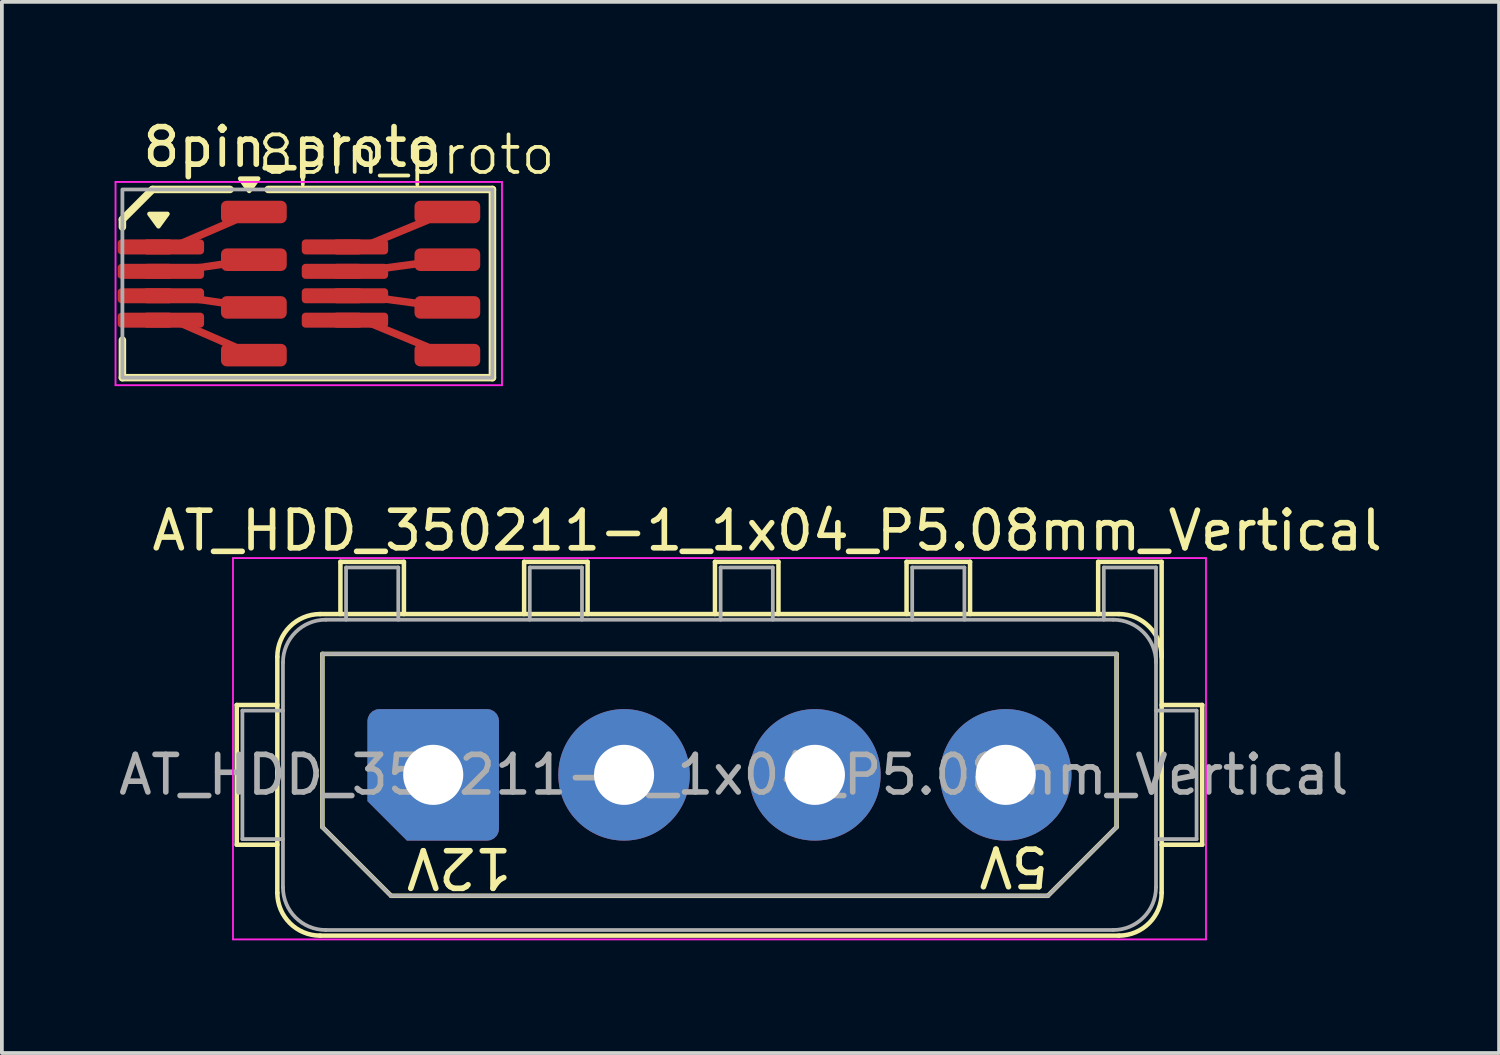
<source format=kicad_pcb>
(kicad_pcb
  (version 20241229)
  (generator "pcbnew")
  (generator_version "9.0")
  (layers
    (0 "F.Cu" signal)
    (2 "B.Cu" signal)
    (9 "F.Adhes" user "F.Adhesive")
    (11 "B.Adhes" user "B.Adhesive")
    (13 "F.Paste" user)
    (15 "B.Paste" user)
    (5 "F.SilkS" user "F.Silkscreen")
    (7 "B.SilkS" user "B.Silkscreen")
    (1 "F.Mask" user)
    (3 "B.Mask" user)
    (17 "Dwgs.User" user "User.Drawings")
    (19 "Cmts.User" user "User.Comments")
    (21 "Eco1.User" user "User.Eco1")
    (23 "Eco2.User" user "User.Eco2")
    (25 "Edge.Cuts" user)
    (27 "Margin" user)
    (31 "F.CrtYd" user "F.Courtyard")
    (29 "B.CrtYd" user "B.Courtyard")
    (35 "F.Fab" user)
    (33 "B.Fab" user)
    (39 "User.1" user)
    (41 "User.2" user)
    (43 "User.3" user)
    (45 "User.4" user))
  (footprint "8pin_proto"
    (layer "F.Cu")
    (at 3.708 2.593)
    (property "Reference" "8pin_proto" (at 4.064 -1.524 0) (unlocked yes) (layer "F.SilkS") (effects (font (size 1 1) (thickness 0.1))))
    (property "Value" "8pin_proto" (at 1.016 2.794 0) (unlocked yes) (layer "F.Fab") (hide yes) (effects (font (size 1 1) (thickness 0.15))))
    (attr smd)
    (fp_line (start -3.5 0.2) (end -2.7 -0.6) (stroke (width 0.2) (type default)) (layer "F.SilkS"))
    (fp_line (start -3.5 0.4) (end -3.5 0.2) (stroke (width 0.2) (type default)) (layer "F.SilkS"))
    (fp_line (start -3.5 3.41) (end -3.5 4.41) (stroke (width 0.2) (type default)) (layer "F.SilkS"))
    (fp_line (start -3.5 4.41) (end 6.35 4.41) (stroke (width 0.2) (type solid)) (layer "F.SilkS"))
    (fp_line (start -0.635 -0.6) (end -2.7 -0.6) (stroke (width 0.2) (type solid)) (layer "F.SilkS"))
    (fp_line (start 0.381 -0.6) (end 6.35 -0.6) (stroke (width 0.2) (type solid)) (layer "F.SilkS"))
    (fp_line (start 6.35 4.41) (end 6.35 -0.6) (stroke (width 0.2) (type default)) (layer "F.SilkS"))
    (fp_poly (pts (xy -2.54 0.381) (xy -2.78 0.051) (xy -2.3 0.051) (xy -2.54 0.381)) (stroke (width 0.12) (type solid)) (fill yes) (layer "F.SilkS"))
    (fp_poly (pts (xy -0.125 -0.56) (xy -0.365 -0.89) (xy 0.115 -0.89) (xy -0.125 -0.56)) (stroke (width 0.12) (type solid)) (fill yes) (layer "F.SilkS"))
    (fp_line (start -3.683 -0.8) (end -3.683 4.61) (stroke (width 0.05) (type solid)) (layer "F.CrtYd"))
    (fp_line (start -3.683 4.61) (end 6.604 4.61) (stroke (width 0.05) (type solid)) (layer "F.CrtYd"))
    (fp_line (start 6.604 -0.8) (end -3.683 -0.8) (stroke (width 0.05) (type solid)) (layer "F.CrtYd"))
    (fp_line (start 6.604 4.61) (end 6.604 -0.8) (stroke (width 0.05) (type solid)) (layer "F.CrtYd"))
    (fp_rect (start -3.5 -0.6) (end 6.35 4.41) (stroke (width 0.1) (type default)) (fill no) (layer "F.Fab"))
    (fp_text user "${VALUE}" (at 1.016 -1.143 0) (unlocked yes) (layer "F.SilkS") (effects (font (size 1 1) (thickness 0.15)) (justify bottom)))
    (pad "1" smd roundrect (at -2.888 0.93) (size 1.475 0.4) (layers "F.Cu" "F.Mask" "F.Paste") (roundrect_rratio 0.25))
    (pad "1" smd roundrect (at -2.138 0.93) (size 1.625 0.4) (layers "F.Cu" "F.Mask" "F.Paste") (roundrect_rratio 0.25))
    (pad "1" smd custom (at 0 0) (size 0.6 0.6) (layers "F.Cu" "F.Mask" "F.Paste") (options (anchor circle)) (primitives (gr_poly (pts (xy -0.875 -0.15) (xy -0.864 -0.207) (xy -0.831 -0.256) (xy -0.782 -0.289) (xy -0.725 -0.3) (xy 0.725 -0.3) (xy 0.782 -0.289) (xy 0.831 -0.256) (xy 0.864 -0.207) (xy 0.875 -0.15) (xy 0.875 0.15) (xy 0.864 0.207) (xy 0.831 0.256) (xy 0.782 0.289) (xy 0.725 0.3) (xy -0.725 0.3) (xy -0.782 0.289) (xy -0.831 0.256) (xy -0.864 0.207) (xy -0.875 0.15)) (width 0) (fill yes)) (gr_line (start -2.15 0.93) (end 0 0) (width 0.2))))
    (pad "2" smd roundrect (at -2.888 1.58) (size 1.475 0.4) (layers "F.Cu" "F.Mask" "F.Paste") (roundrect_rratio 0.25))
    (pad "2" smd roundrect (at -2.138 1.58) (size 1.625 0.4) (layers "F.Cu" "F.Mask" "F.Paste") (roundrect_rratio 0.25))
    (pad "2" smd custom (at 0 1.27) (size 0.6 0.6) (layers "F.Cu" "F.Mask" "F.Paste") (options (anchor circle)) (primitives (gr_poly (pts (xy -0.875 -0.15) (xy -0.864 -0.207) (xy -0.831 -0.256) (xy -0.782 -0.289) (xy -0.725 -0.3) (xy 0.725 -0.3) (xy 0.782 -0.289) (xy 0.831 -0.256) (xy 0.864 -0.207) (xy 0.875 -0.15) (xy 0.875 0.15) (xy 0.864 0.207) (xy 0.831 0.256) (xy 0.782 0.289) (xy 0.725 0.3) (xy -0.725 0.3) (xy -0.782 0.289) (xy -0.831 0.256) (xy -0.864 0.207) (xy -0.875 0.15)) (width 0) (fill yes)) (gr_line (start -2.138 0.31) (end 0 0) (width 0.2))))
    (pad "3" smd roundrect (at -2.888 2.23) (size 1.475 0.4) (layers "F.Cu" "F.Mask" "F.Paste") (roundrect_rratio 0.25))
    (pad "3" smd roundrect (at -2.138 2.23) (size 1.625 0.4) (layers "F.Cu" "F.Mask" "F.Paste") (roundrect_rratio 0.25))
    (pad "3" smd custom (at 0 2.54) (size 0.6 0.6) (layers "F.Cu" "F.Mask" "F.Paste") (options (anchor circle)) (primitives (gr_poly (pts (xy -0.875 -0.15) (xy -0.864 -0.207) (xy -0.831 -0.256) (xy -0.782 -0.289) (xy -0.725 -0.3) (xy 0.725 -0.3) (xy 0.782 -0.289) (xy 0.831 -0.256) (xy 0.864 -0.207) (xy 0.875 -0.15) (xy 0.875 0.15) (xy 0.864 0.207) (xy 0.831 0.256) (xy 0.782 0.289) (xy 0.725 0.3) (xy -0.725 0.3) (xy -0.782 0.289) (xy -0.831 0.256) (xy -0.864 0.207) (xy -0.875 0.15)) (width 0) (fill yes)) (gr_line (start -2.138 -0.31) (end 0 0) (width 0.2))))
    (pad "4" smd roundrect (at -2.888 2.88) (size 1.475 0.4) (layers "F.Cu" "F.Mask" "F.Paste") (roundrect_rratio 0.25))
    (pad "4" smd roundrect (at -2.138 2.88) (size 1.625 0.4) (layers "F.Cu" "F.Mask" "F.Paste") (roundrect_rratio 0.25))
    (pad "4" smd custom (at 0 3.81) (size 0.6 0.6) (layers "F.Cu" "F.Mask" "F.Paste") (options (anchor circle)) (primitives (gr_poly (pts (xy -0.875 -0.15) (xy -0.864 -0.207) (xy -0.831 -0.256) (xy -0.782 -0.289) (xy -0.725 -0.3) (xy 0.725 -0.3) (xy 0.782 -0.289) (xy 0.831 -0.256) (xy 0.864 -0.207) (xy 0.875 -0.15) (xy 0.875 0.15) (xy 0.864 0.207) (xy 0.831 0.256) (xy 0.782 0.289) (xy 0.725 0.3) (xy -0.725 0.3) (xy -0.782 0.289) (xy -0.831 0.256) (xy -0.864 0.207) (xy -0.875 0.15)) (width 0) (fill yes)) (gr_line (start -2.138 -0.93) (end 0 0) (width 0.2))))
    (pad "5" smd roundrect (at 2.087 2.88) (size 1.625 0.4) (layers "F.Cu" "F.Mask" "F.Paste") (roundrect_rratio 0.25))
    (pad "5" smd roundrect (at 2.837 2.88) (size 1.475 0.4) (layers "F.Cu" "F.Mask" "F.Paste") (roundrect_rratio 0.25))
    (pad "5" smd custom (at 5.15 3.81) (size 0.6 0.6) (layers "F.Cu" "F.Mask" "F.Paste") (options (anchor circle)) (primitives (gr_poly (pts (xy -0.875 -0.15) (xy -0.864 -0.207) (xy -0.831 -0.256) (xy -0.782 -0.289) (xy -0.725 -0.3) (xy 0.725 -0.3) (xy 0.782 -0.289) (xy 0.831 -0.256) (xy 0.864 -0.207) (xy 0.875 -0.15) (xy 0.875 0.15) (xy 0.864 0.207) (xy 0.831 0.256) (xy 0.782 0.289) (xy 0.725 0.3) (xy -0.725 0.3) (xy -0.782 0.289) (xy -0.831 0.256) (xy -0.864 0.207) (xy -0.875 0.15)) (width 0) (fill yes)) (gr_line (start -2.25 -0.93) (end 0 0) (width 0.2))))
    (pad "6" smd roundrect (at 2.087 2.23) (size 1.625 0.4) (layers "F.Cu" "F.Mask" "F.Paste") (roundrect_rratio 0.25))
    (pad "6" smd roundrect (at 2.837 2.23) (size 1.475 0.4) (layers "F.Cu" "F.Mask" "F.Paste") (roundrect_rratio 0.25))
    (pad "6" smd custom (at 5.15 2.54) (size 0.6 0.6) (layers "F.Cu" "F.Mask" "F.Paste") (options (anchor circle)) (primitives (gr_poly (pts (xy -0.875 -0.15) (xy -0.864 -0.207) (xy -0.831 -0.256) (xy -0.782 -0.289) (xy -0.725 -0.3) (xy 0.725 -0.3) (xy 0.782 -0.289) (xy 0.831 -0.256) (xy 0.864 -0.207) (xy 0.875 -0.15) (xy 0.875 0.15) (xy 0.864 0.207) (xy 0.831 0.256) (xy 0.782 0.289) (xy 0.725 0.3) (xy -0.725 0.3) (xy -0.782 0.289) (xy -0.831 0.256) (xy -0.864 0.207) (xy -0.875 0.15)) (width 0) (fill yes)) (gr_line (start -2.312 -0.31) (end 0 0) (width 0.2))))
    (pad "7" smd roundrect (at 2.087 1.58) (size 1.625 0.4) (layers "F.Cu" "F.Mask" "F.Paste") (roundrect_rratio 0.25))
    (pad "7" smd roundrect (at 2.837 1.58) (size 1.475 0.4) (layers "F.Cu" "F.Mask" "F.Paste") (roundrect_rratio 0.25))
    (pad "7" smd custom (at 5.15 1.27) (size 0.6 0.6) (layers "F.Cu" "F.Mask" "F.Paste") (options (anchor circle)) (primitives (gr_poly (pts (xy -0.875 -0.15) (xy -0.864 -0.207) (xy -0.831 -0.256) (xy -0.782 -0.289) (xy -0.725 -0.3) (xy 0.725 -0.3) (xy 0.782 -0.289) (xy 0.831 -0.256) (xy 0.864 -0.207) (xy 0.875 -0.15) (xy 0.875 0.15) (xy 0.864 0.207) (xy 0.831 0.256) (xy 0.782 0.289) (xy 0.725 0.3) (xy -0.725 0.3) (xy -0.782 0.289) (xy -0.831 0.256) (xy -0.864 0.207) (xy -0.875 0.15)) (width 0) (fill yes)) (gr_line (start -2.312 0.31) (end 0 0) (width 0.2))))
    (pad "8" smd roundrect (at 2.087 0.93) (size 1.625 0.4) (layers "F.Cu" "F.Mask" "F.Paste") (roundrect_rratio 0.25))
    (pad "8" smd roundrect (at 2.837 0.93) (size 1.475 0.4) (layers "F.Cu" "F.Mask" "F.Paste") (roundrect_rratio 0.25))
    (pad "8" smd custom (at 5.15 0) (size 0.6 0.6) (layers "F.Cu" "F.Mask" "F.Paste") (options (anchor circle)) (primitives (gr_poly (pts (xy -0.875 -0.15) (xy -0.864 -0.207) (xy -0.831 -0.256) (xy -0.782 -0.289) (xy -0.725 -0.3) (xy 0.725 -0.3) (xy 0.782 -0.289) (xy 0.831 -0.256) (xy 0.864 -0.207) (xy 0.875 -0.15) (xy 0.875 0.15) (xy 0.864 0.207) (xy 0.831 0.256) (xy 0.782 0.289) (xy 0.725 0.3) (xy -0.725 0.3) (xy -0.782 0.289) (xy -0.831 0.256) (xy -0.864 0.207) (xy -0.875 0.15)) (width 0) (fill yes)) (gr_line (start -2.25 0.93) (end 0 0) (width 0.2)))))
  (footprint "AT_HDD_350211-1_1x04_P5.08mm_Vertical"
    (layer "F.Cu")
    (at 8.482 17.576)
    (property "Reference" "AT_HDD_350211-1_1x04_P5.08mm_Vertical" (at 8.89 -6.5 0) (layer "F.SilkS") (effects (font (size 1 1) (thickness 0.15))))
    (attr through_hole)
    (fp_line (start -5.23 -1.86) (end -4.15 -1.86) (stroke (width 0.12) (type solid)) (layer "F.SilkS"))
    (fp_line (start -5.23 1.86) (end -5.23 -1.86) (stroke (width 0.12) (type solid)) (layer "F.SilkS"))
    (fp_line (start -4.15 -3.14) (end -4.15 3.14) (stroke (width 0.12) (type solid)) (layer "F.SilkS"))
    (fp_line (start -4.15 1.86) (end -5.23 1.86) (stroke (width 0.12) (type solid)) (layer "F.SilkS"))
    (fp_line (start -3.01 4.28) (end 18.25 4.28) (stroke (width 0.12) (type solid)) (layer "F.SilkS"))
    (fp_line (start -2.95 -3.22) (end 18.19 -3.22) (stroke (width 0.12) (type solid)) (layer "F.SilkS"))
    (fp_line (start -2.95 1.39) (end -2.95 -3.22) (stroke (width 0.12) (type solid)) (layer "F.SilkS"))
    (fp_line (start -2.47 -5.67) (end -0.78 -5.67) (stroke (width 0.12) (type solid)) (layer "F.SilkS"))
    (fp_line (start -2.47 -4.28) (end -2.47 -5.67) (stroke (width 0.12) (type solid)) (layer "F.SilkS"))
    (fp_line (start -1.12 3.22) (end -2.95 1.39) (stroke (width 0.12) (type solid)) (layer "F.SilkS"))
    (fp_line (start -0.78 -5.67) (end -0.78 -4.28) (stroke (width 0.12) (type solid)) (layer "F.SilkS"))
    (fp_line (start 2.42 -5.67) (end 4.11 -5.67) (stroke (width 0.12) (type solid)) (layer "F.SilkS"))
    (fp_line (start 2.42 -4.28) (end 2.42 -5.67) (stroke (width 0.12) (type solid)) (layer "F.SilkS"))
    (fp_line (start 4.11 -5.67) (end 4.11 -4.28) (stroke (width 0.12) (type solid)) (layer "F.SilkS"))
    (fp_line (start 7.5 -5.67) (end 9.19 -5.67) (stroke (width 0.12) (type solid)) (layer "F.SilkS"))
    (fp_line (start 7.5 -4.28) (end 7.5 -5.67) (stroke (width 0.12) (type solid)) (layer "F.SilkS"))
    (fp_line (start 9.19 -5.67) (end 9.19 -4.28) (stroke (width 0.12) (type solid)) (layer "F.SilkS"))
    (fp_line (start 12.6 -5.67) (end 14.29 -5.67) (stroke (width 0.12) (type solid)) (layer "F.SilkS"))
    (fp_line (start 12.6 -4.28) (end 12.6 -5.67) (stroke (width 0.12) (type solid)) (layer "F.SilkS"))
    (fp_line (start 14.29 -5.67) (end 14.29 -4.28) (stroke (width 0.12) (type solid)) (layer "F.SilkS"))
    (fp_line (start 16.36 3.22) (end -1.12 3.22) (stroke (width 0.12) (type solid)) (layer "F.SilkS"))
    (fp_line (start 17.7 -5.67) (end 19.39 -5.67) (stroke (width 0.12) (type solid)) (layer "F.SilkS"))
    (fp_line (start 17.7 -4.28) (end 17.7 -5.67) (stroke (width 0.12) (type solid)) (layer "F.SilkS"))
    (fp_line (start 18.19 -3.22) (end 18.19 1.39) (stroke (width 0.12) (type solid)) (layer "F.SilkS"))
    (fp_line (start 18.19 1.39) (end 16.36 3.22) (stroke (width 0.12) (type solid)) (layer "F.SilkS"))
    (fp_line (start 18.25 -4.28) (end -3.01 -4.28) (stroke (width 0.12) (type solid)) (layer "F.SilkS"))
    (fp_line (start 19.39 1.86) (end 20.47 1.86) (stroke (width 0.12) (type solid)) (layer "F.SilkS"))
    (fp_line (start 19.39 3.14) (end 19.39 -5.67) (stroke (width 0.12) (type solid)) (layer "F.SilkS"))
    (fp_line (start 20.47 -1.86) (end 19.39 -1.86) (stroke (width 0.12) (type solid)) (layer "F.SilkS"))
    (fp_line (start 20.47 1.86) (end 20.47 -1.86) (stroke (width 0.12) (type solid)) (layer "F.SilkS"))
    (fp_arc (start -4.15 -3.14) (mid -3.816102 -3.946102) (end -3.01 -4.28) (stroke (width 0.12) (type solid)) (layer "F.SilkS"))
    (fp_arc (start -3.01 4.28) (mid -3.816102 3.946102) (end -4.15 3.14) (stroke (width 0.12) (type solid)) (layer "F.SilkS"))
    (fp_arc (start 18.25 -4.28) (mid 19.056102 -3.946102) (end 19.39 -3.14) (stroke (width 0.12) (type solid)) (layer "F.SilkS"))
    (fp_arc (start 19.39 3.14) (mid 19.056102 3.946102) (end 18.25 4.28) (stroke (width 0.12) (type solid)) (layer "F.SilkS"))
    (fp_line (start -5.33 -5.77) (end -5.33 4.38) (stroke (width 0.05) (type solid)) (layer "F.CrtYd"))
    (fp_line (start -5.33 4.38) (end 20.57 4.38) (stroke (width 0.05) (type solid)) (layer "F.CrtYd"))
    (fp_line (start 20.57 -5.77) (end -5.33 -5.77) (stroke (width 0.05) (type solid)) (layer "F.CrtYd"))
    (fp_line (start 20.57 4.38) (end 20.57 -5.77) (stroke (width 0.05) (type solid)) (layer "F.CrtYd"))
    (fp_line (start -5.08 -1.71) (end -4 -1.71) (stroke (width 0.1) (type solid)) (layer "F.Fab"))
    (fp_line (start -5.08 1.71) (end -5.08 -1.71) (stroke (width 0.1) (type solid)) (layer "F.Fab"))
    (fp_line (start -4 -2.99) (end -4 2.99) (stroke (width 0.1) (type solid)) (layer "F.Fab"))
    (fp_line (start -4 1.71) (end -5.08 1.71) (stroke (width 0.1) (type solid)) (layer "F.Fab"))
    (fp_line (start -2.95 -3.22) (end 18.19 -3.22) (stroke (width 0.1) (type solid)) (layer "F.Fab"))
    (fp_line (start -2.95 1.39) (end -2.95 -3.22) (stroke (width 0.1) (type solid)) (layer "F.Fab"))
    (fp_line (start -2.86 4.13) (end 18.1 4.13) (stroke (width 0.1) (type solid)) (layer "F.Fab"))
    (fp_line (start -2.32 -5.52) (end -0.93 -5.52) (stroke (width 0.1) (type solid)) (layer "F.Fab"))
    (fp_line (start -2.32 -4.13) (end -2.32 -5.52) (stroke (width 0.1) (type solid)) (layer "F.Fab"))
    (fp_line (start -1.12 3.22) (end -2.95 1.39) (stroke (width 0.1) (type solid)) (layer "F.Fab"))
    (fp_line (start -0.93 -5.52) (end -0.93 -4.13) (stroke (width 0.1) (type solid)) (layer "F.Fab"))
    (fp_line (start 2.57 -5.52) (end 3.96 -5.52) (stroke (width 0.1) (type solid)) (layer "F.Fab"))
    (fp_line (start 2.57 -4.13) (end 2.57 -5.52) (stroke (width 0.1) (type solid)) (layer "F.Fab"))
    (fp_line (start 3.96 -5.52) (end 3.96 -4.13) (stroke (width 0.1) (type solid)) (layer "F.Fab"))
    (fp_line (start 7.65 -5.52) (end 9.04 -5.52) (stroke (width 0.1) (type solid)) (layer "F.Fab"))
    (fp_line (start 7.65 -4.13) (end 7.65 -5.52) (stroke (width 0.1) (type solid)) (layer "F.Fab"))
    (fp_line (start 9.04 -5.52) (end 9.04 -4.13) (stroke (width 0.1) (type solid)) (layer "F.Fab"))
    (fp_line (start 12.75 -5.52) (end 14.14 -5.52) (stroke (width 0.1) (type solid)) (layer "F.Fab"))
    (fp_line (start 12.75 -4.13) (end 12.75 -5.52) (stroke (width 0.1) (type solid)) (layer "F.Fab"))
    (fp_line (start 14.14 -5.52) (end 14.14 -4.13) (stroke (width 0.1) (type solid)) (layer "F.Fab"))
    (fp_line (start 16.36 3.22) (end -1.12 3.22) (stroke (width 0.1) (type solid)) (layer "F.Fab"))
    (fp_line (start 17.85 -5.52) (end 19.24 -5.52) (stroke (width 0.1) (type solid)) (layer "F.Fab"))
    (fp_line (start 17.85 -4.13) (end 17.85 -5.52) (stroke (width 0.1) (type solid)) (layer "F.Fab"))
    (fp_line (start 18.1 -4.13) (end -2.86 -4.13) (stroke (width 0.1) (type solid)) (layer "F.Fab"))
    (fp_line (start 18.19 -3.22) (end 18.19 1.39) (stroke (width 0.1) (type solid)) (layer "F.Fab"))
    (fp_line (start 18.19 1.39) (end 16.36 3.22) (stroke (width 0.1) (type solid)) (layer "F.Fab"))
    (fp_line (start 19.24 1.71) (end 20.32 1.71) (stroke (width 0.1) (type solid)) (layer "F.Fab"))
    (fp_line (start 19.24 2.99) (end 19.24 -5.52) (stroke (width 0.1) (type solid)) (layer "F.Fab"))
    (fp_line (start 20.32 -1.71) (end 19.24 -1.71) (stroke (width 0.1) (type solid)) (layer "F.Fab"))
    (fp_line (start 20.32 1.71) (end 20.32 -1.71) (stroke (width 0.1) (type solid)) (layer "F.Fab"))
    (fp_arc (start -4 -2.99) (mid -3.666102 -3.796102) (end -2.86 -4.13) (stroke (width 0.1) (type solid)) (layer "F.Fab"))
    (fp_arc (start -2.86 4.13) (mid -3.666102 3.796102) (end -4 2.99) (stroke (width 0.1) (type solid)) (layer "F.Fab"))
    (fp_arc (start 18.1 -4.13) (mid 18.906102 -3.796102) (end 19.24 -2.99) (stroke (width 0.1) (type solid)) (layer "F.Fab"))
    (fp_arc (start 19.24 2.99) (mid 18.906102 3.796102) (end 18.1 4.13) (stroke (width 0.1) (type solid)) (layer "F.Fab"))
    (fp_text user "12V" (at -0.792 1.89 180) (unlocked yes) (layer "F.SilkS") (effects (font (size 1 1) (thickness 0.15)) (justify right bottom)))
    (fp_text user "5V" (at 14.452 1.848 180) (unlocked yes) (layer "F.SilkS") (effects (font (size 1 1) (thickness 0.15)) (justify right bottom)))
    (fp_text user "${REFERENCE}" (at 8 0 0) (layer "F.Fab") (effects (font (size 1 1) (thickness 0.15))))
    (pad "1" thru_hole roundrect (at 0 0) (size 3.5 3.5) (drill 1.6) (layers "*.Cu" "*.Mask") (roundrect_rratio 0.09) (chamfer_ratio 0.3) (chamfer bottom_left))
    (pad "2" thru_hole circle (at 5.08 0) (size 3.5 3.5) (drill 1.6) (layers "*.Cu" "*.Mask"))
    (pad "3" thru_hole circle (at 10.16 0) (size 3.5 3.5) (drill 1.6) (layers "*.Cu" "*.Mask"))
    (pad "4" thru_hole circle (at 15.24 0) (size 3.5 3.5) (drill 1.6) (layers "*.Cu" "*.Mask")))
  (gr_rect
    (start -3 -3)
    (end 36.854 24.981)
    (stroke (width 0.1) (type default))
    (fill no)
    (layer "Edge.Cuts")))
</source>
